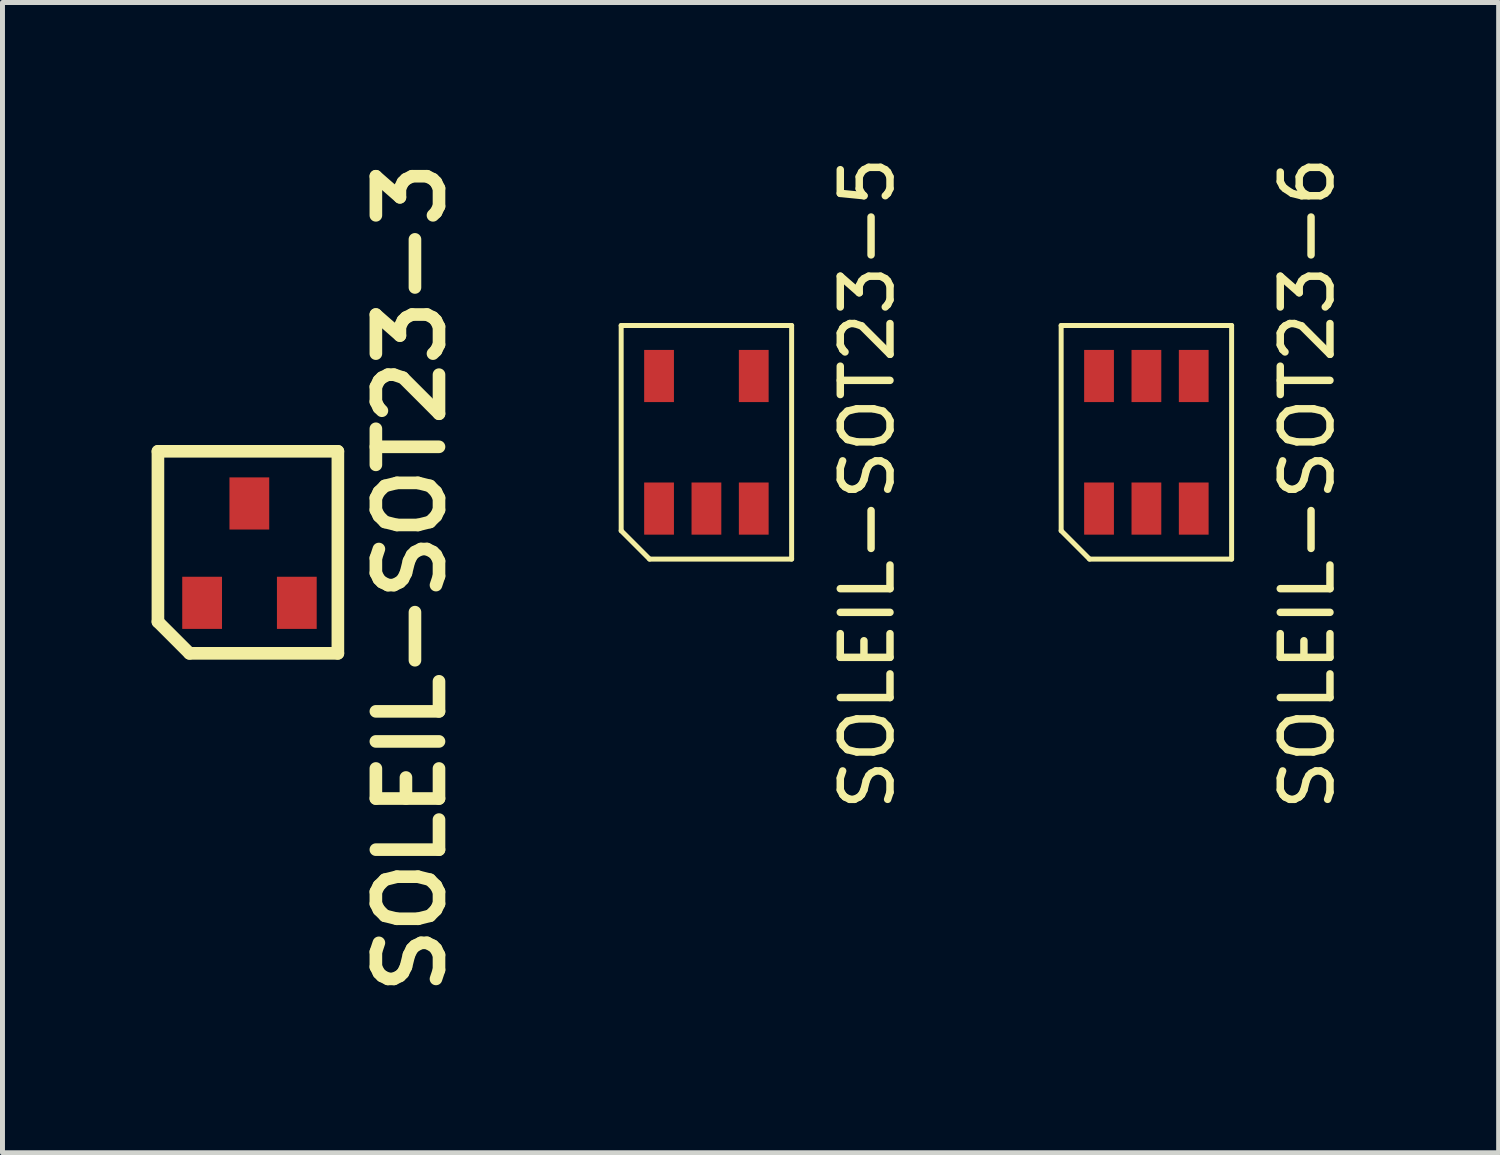
<source format=kicad_pcb>
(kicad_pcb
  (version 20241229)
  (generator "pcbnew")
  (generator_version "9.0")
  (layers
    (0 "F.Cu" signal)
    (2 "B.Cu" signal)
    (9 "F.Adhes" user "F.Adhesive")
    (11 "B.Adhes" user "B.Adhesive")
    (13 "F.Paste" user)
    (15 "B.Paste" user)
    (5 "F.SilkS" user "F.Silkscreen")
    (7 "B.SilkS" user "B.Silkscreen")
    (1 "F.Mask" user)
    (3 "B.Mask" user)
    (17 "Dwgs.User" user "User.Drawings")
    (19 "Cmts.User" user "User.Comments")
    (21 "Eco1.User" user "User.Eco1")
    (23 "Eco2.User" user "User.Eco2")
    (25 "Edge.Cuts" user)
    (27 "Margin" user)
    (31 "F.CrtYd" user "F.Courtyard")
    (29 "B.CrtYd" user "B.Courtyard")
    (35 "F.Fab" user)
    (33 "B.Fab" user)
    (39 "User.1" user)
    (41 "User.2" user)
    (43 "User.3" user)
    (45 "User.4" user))
  (footprint "SOLEIL-SOT23-6"
    (layer "F.Cu")
    (at 19.059 7.181)
    (property "Reference" "SOLEIL-SOT23-6" (at 4.191 -0.508 90) (layer "F.SilkS") (effects (font (size 1 1) (thickness 0.15))))
    (attr smd)
    (fp_line (start -0.762 -3.683) (end -0.762 0.445) (stroke (width 0.1) (type solid)) (layer "F.SilkS"))
    (fp_line (start -0.762 -3.683) (end 2.667 -3.683) (stroke (width 0.1) (type solid)) (layer "F.SilkS"))
    (fp_line (start -0.762 0.445) (end -0.191 1.016) (stroke (width 0.1) (type solid)) (layer "F.SilkS"))
    (fp_line (start 2.667 -3.683) (end 2.667 1.016) (stroke (width 0.1) (type solid)) (layer "F.SilkS"))
    (fp_line (start 2.667 1.016) (end -0.191 1.016) (stroke (width 0.1) (type solid)) (layer "F.SilkS"))
    (pad "1" smd rect (at 0 0) (size 0.599 1.049) (layers "F.Cu" "F.Mask" "F.Paste"))
    (pad "2" smd rect (at 0.953 0) (size 0.599 1.049) (layers "F.Cu" "F.Mask" "F.Paste"))
    (pad "3" smd rect (at 1.905 0) (size 0.599 1.049) (layers "F.Cu" "F.Mask" "F.Paste"))
    (pad "4" smd rect (at 1.905 -2.667) (size 0.599 1.049) (layers "F.Cu" "F.Mask" "F.Paste"))
    (pad "5" smd rect (at 0.953 -2.667) (size 0.599 1.049) (layers "F.Cu" "F.Mask" "F.Paste"))
    (pad "6" smd rect (at 0 -2.667) (size 0.599 1.049) (layers "F.Cu" "F.Mask" "F.Paste")))
  (footprint "SOLEIL-SOT23-5"
    (layer "F.Cu")
    (at 10.208 7.181)
    (property "Reference" "SOLEIL-SOT23-5" (at 4.191 -0.508 90) (layer "F.SilkS") (effects (font (size 1 1) (thickness 0.15))))
    (attr smd)
    (fp_line (start -0.762 -3.683) (end -0.762 0.445) (stroke (width 0.1) (type solid)) (layer "F.SilkS"))
    (fp_line (start -0.762 -3.683) (end 2.667 -3.683) (stroke (width 0.1) (type solid)) (layer "F.SilkS"))
    (fp_line (start -0.762 0.445) (end -0.191 1.016) (stroke (width 0.1) (type solid)) (layer "F.SilkS"))
    (fp_line (start 2.667 -3.683) (end 2.667 1.016) (stroke (width 0.1) (type solid)) (layer "F.SilkS"))
    (fp_line (start 2.667 1.016) (end -0.191 1.016) (stroke (width 0.1) (type solid)) (layer "F.SilkS"))
    (pad "1" smd rect (at 0 0) (size 0.599 1.049) (layers "F.Cu" "F.Mask" "F.Paste"))
    (pad "2" smd rect (at 0.953 0) (size 0.599 1.049) (layers "F.Cu" "F.Mask" "F.Paste"))
    (pad "3" smd rect (at 1.905 0) (size 0.599 1.049) (layers "F.Cu" "F.Mask" "F.Paste"))
    (pad "4" smd rect (at 1.905 -2.667) (size 0.599 1.049) (layers "F.Cu" "F.Mask" "F.Paste"))
    (pad "5" smd rect (at 0 -2.667) (size 0.599 1.049) (layers "F.Cu" "F.Mask" "F.Paste")))
  (footprint "SOLEIL-SOT23-3"
    (layer "F.Cu")
    (at 1.016 9.077)
    (property "Reference" "SOLEIL-SOT23-3" (at 4.191 -0.508 90) (layer "F.SilkS") (effects (font (size 1.27 1.27) (thickness 0.254))))
    (attr smd)
    (fp_line (start -0.889 0.381) (end -0.889 -3.048) (stroke (width 0.254) (type solid)) (layer "F.SilkS"))
    (fp_line (start -0.889 0.381) (end -0.254 1.016) (stroke (width 0.254) (type solid)) (layer "F.SilkS"))
    (fp_line (start 2.731 -3.048) (end -0.889 -3.048) (stroke (width 0.254) (type solid)) (layer "F.SilkS"))
    (fp_line (start 2.731 1.016) (end -0.254 1.016) (stroke (width 0.254) (type solid)) (layer "F.SilkS"))
    (fp_line (start 2.731 1.016) (end 2.731 -3.048) (stroke (width 0.254) (type solid)) (layer "F.SilkS"))
    (pad "1" smd rect (at 0 0) (size 0.8 1.049) (layers "F.Cu" "F.Mask" "F.Paste"))
    (pad "2" smd rect (at 1.905 0) (size 0.8 1.049) (layers "F.Cu" "F.Mask" "F.Paste"))
    (pad "3" smd rect (at 0.95 -1.999) (size 0.8 1.049) (layers "F.Cu" "F.Mask" "F.Paste")))
  (gr_rect
    (start -3 -3)
    (end 27.098 20.139)
    (stroke (width 0.1) (type default))
    (fill no)
    (layer "Edge.Cuts")))
</source>
